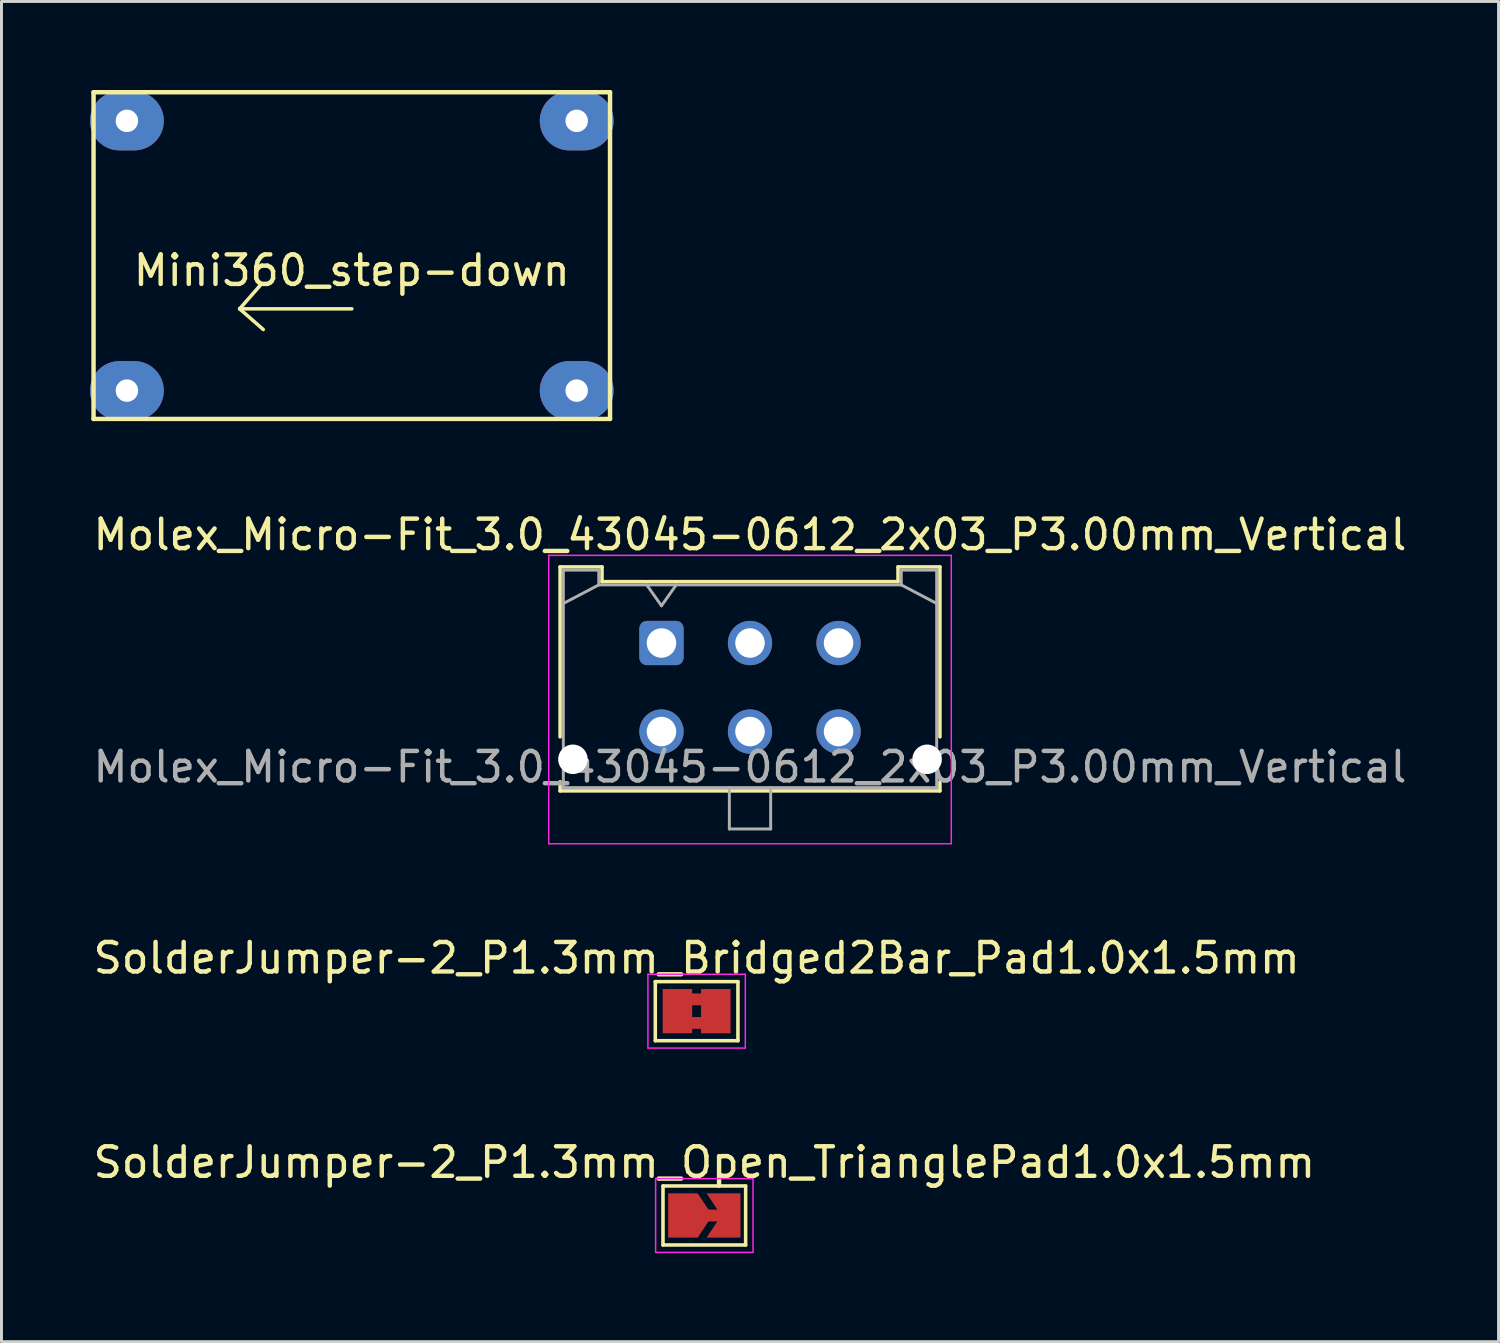
<source format=kicad_pcb>
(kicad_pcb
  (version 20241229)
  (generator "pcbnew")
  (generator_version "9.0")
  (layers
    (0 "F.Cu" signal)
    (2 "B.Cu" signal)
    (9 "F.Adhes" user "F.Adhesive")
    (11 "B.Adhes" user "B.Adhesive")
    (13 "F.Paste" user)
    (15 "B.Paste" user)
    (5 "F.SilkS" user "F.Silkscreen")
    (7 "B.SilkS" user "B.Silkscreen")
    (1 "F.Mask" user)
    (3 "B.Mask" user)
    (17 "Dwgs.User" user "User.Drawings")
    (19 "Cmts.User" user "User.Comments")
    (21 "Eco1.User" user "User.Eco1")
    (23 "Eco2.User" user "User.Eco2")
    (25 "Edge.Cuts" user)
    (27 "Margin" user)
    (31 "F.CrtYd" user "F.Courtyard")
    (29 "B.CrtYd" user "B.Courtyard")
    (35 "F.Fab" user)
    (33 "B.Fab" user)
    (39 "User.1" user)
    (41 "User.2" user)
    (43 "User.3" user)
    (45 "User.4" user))
  (footprint "SolderJumper-2_P1.3mm_Bridged2Bar_Pad1.0x1.5mm"
    (layer "F.Cu")
    (at 20.554 31.212)
    (property "Reference" "SolderJumper-2_P1.3mm_Bridged2Bar_Pad1.0x1.5mm" (at 0 -1.8 0) (layer "F.SilkS") (effects (font (size 1 1) (thickness 0.15))))
    (attr exclude_from_pos_files exclude_from_bom)
    (fp_poly (pts (xy -0.3 -0.6) (xy 0.2 -0.6) (xy 0.2 -0.2) (xy -0.3 -0.2)) (stroke (width 0) (type solid)) (fill yes) (layer "F.Cu"))
    (fp_poly (pts (xy -0.2 0.2) (xy 0.3 0.2) (xy 0.3 0.6) (xy -0.2 0.6)) (stroke (width 0) (type solid)) (fill yes) (layer "F.Cu"))
    (fp_poly (pts (xy -0.3 -0.6) (xy 0.2 -0.6) (xy 0.2 -0.2) (xy -0.3 -0.2)) (stroke (width 0) (type solid)) (fill yes) (layer "F.Mask"))
    (fp_poly (pts (xy -0.2 0.2) (xy 0.3 0.2) (xy 0.3 0.6) (xy -0.2 0.6)) (stroke (width 0) (type solid)) (fill yes) (layer "F.Mask"))
    (fp_line (start -1.4 -1) (end 1.4 -1) (stroke (width 0.12) (type solid)) (layer "F.SilkS"))
    (fp_line (start -1.4 1) (end -1.4 -1) (stroke (width 0.12) (type solid)) (layer "F.SilkS"))
    (fp_line (start 1.4 -1) (end 1.4 1) (stroke (width 0.12) (type solid)) (layer "F.SilkS"))
    (fp_line (start 1.4 1) (end -1.4 1) (stroke (width 0.12) (type solid)) (layer "F.SilkS"))
    (fp_line (start -1.65 -1.25) (end -1.65 1.25) (stroke (width 0.05) (type solid)) (layer "F.CrtYd"))
    (fp_line (start -1.65 -1.25) (end 1.65 -1.25) (stroke (width 0.05) (type solid)) (layer "F.CrtYd"))
    (fp_line (start 1.65 1.25) (end -1.65 1.25) (stroke (width 0.05) (type solid)) (layer "F.CrtYd"))
    (fp_line (start 1.65 1.25) (end 1.65 -1.25) (stroke (width 0.05) (type solid)) (layer "F.CrtYd"))
    (pad "1" smd rect (at -0.65 0) (size 1 1.5) (layers "F.Cu" "F.Mask"))
    (pad "2" smd rect (at 0.65 0) (size 1 1.5) (layers "F.Cu" "F.Mask")))
  (footprint "Mini360_step-down"
    (layer "F.Cu")
    (at 8.87 5.615)
    (property "Reference" "Mini360_step-down" (at 0 0.5 0) (layer "F.SilkS") (effects (font (size 1 1) (thickness 0.15))))
    (attr through_hole)
    (fp_line (start -8.75 -5.54) (end -8.75 5.53) (stroke (width 0.15) (type solid)) (layer "F.SilkS"))
    (fp_line (start -8.75 -5.54) (end 8.75 -5.54) (stroke (width 0.15) (type solid)) (layer "F.SilkS"))
    (fp_line (start -3.8 1.8) (end -3 2.5) (stroke (width 0.12) (type solid)) (layer "F.SilkS"))
    (fp_line (start -3.8 1.8) (end 0 1.8) (stroke (width 0.12) (type solid)) (layer "F.SilkS"))
    (fp_line (start -3.1 1) (end -3.8 1.8) (stroke (width 0.12) (type solid)) (layer "F.SilkS"))
    (fp_line (start 8.75 5.53) (end -8.75 5.53) (stroke (width 0.15) (type solid)) (layer "F.SilkS"))
    (fp_line (start 8.75 5.53) (end 8.75 -5.54) (stroke (width 0.15) (type solid)) (layer "F.SilkS"))
    (pad "1" thru_hole oval (at -7.62 -4.57) (size 2.5 2) (drill 0.762) (layers "*.Cu" "*.Mask"))
    (pad "2" thru_hole oval (at -7.62 4.57) (size 2.5 2) (drill 0.762) (layers "*.Cu" "*.Mask"))
    (pad "3" thru_hole oval (at 7.62 -4.57) (size 2.5 2) (drill 0.762) (layers "*.Cu" "*.Mask"))
    (pad "4" thru_hole oval (at 7.62 4.57) (size 2.5 2) (drill 0.762) (layers "*.Cu" "*.Mask")))
  (footprint "Molex_Micro-Fit_3.0_43045-0612_2x03_P3.00mm_Vertical"
    (layer "F.Cu")
    (at 19.363 18.738)
    (property "Reference" "Molex_Micro-Fit_3.0_43045-0612_2x03_P3.00mm_Vertical" (at 3 -3.67 0) (layer "F.SilkS") (effects (font (size 1 1) (thickness 0.15))))
    (attr through_hole)
    (fp_line (start -3.435 -2.58) (end -2.015 -2.58) (stroke (width 0.12) (type solid)) (layer "F.SilkS"))
    (fp_line (start -3.435 3.18) (end -3.435 -2.58) (stroke (width 0.12) (type solid)) (layer "F.SilkS"))
    (fp_line (start -3.435 4.7) (end -3.435 5.01) (stroke (width 0.12) (type solid)) (layer "F.SilkS"))
    (fp_line (start -3.435 5.01) (end 9.435 5.01) (stroke (width 0.12) (type solid)) (layer "F.SilkS"))
    (fp_line (start -2.015 -2.58) (end -2.015 -2.08) (stroke (width 0.12) (type solid)) (layer "F.SilkS"))
    (fp_line (start -2.015 -2.08) (end 8.015 -2.08) (stroke (width 0.12) (type solid)) (layer "F.SilkS"))
    (fp_line (start 8.015 -2.58) (end 9.435 -2.58) (stroke (width 0.12) (type solid)) (layer "F.SilkS"))
    (fp_line (start 8.015 -2.08) (end 8.015 -2.58) (stroke (width 0.12) (type solid)) (layer "F.SilkS"))
    (fp_line (start 9.435 -2.58) (end 9.435 3.18) (stroke (width 0.12) (type solid)) (layer "F.SilkS"))
    (fp_line (start 9.435 5.01) (end 9.435 4.7) (stroke (width 0.12) (type solid)) (layer "F.SilkS"))
    (fp_line (start -3.82 -2.97) (end 9.82 -2.97) (stroke (width 0.05) (type solid)) (layer "F.CrtYd"))
    (fp_line (start -3.82 6.8) (end -3.82 -2.97) (stroke (width 0.05) (type solid)) (layer "F.CrtYd"))
    (fp_line (start 9.82 -2.97) (end 9.82 6.8) (stroke (width 0.05) (type solid)) (layer "F.CrtYd"))
    (fp_line (start 9.82 6.8) (end -3.82 6.8) (stroke (width 0.05) (type solid)) (layer "F.CrtYd"))
    (fp_line (start -3.325 -2.47) (end -3.325 4.9) (stroke (width 0.1) (type solid)) (layer "F.Fab"))
    (fp_line (start -3.325 -1.34) (end -2.125 -1.97) (stroke (width 0.1) (type solid)) (layer "F.Fab"))
    (fp_line (start -3.325 4.9) (end 9.325 4.9) (stroke (width 0.1) (type solid)) (layer "F.Fab"))
    (fp_line (start -2.125 -2.47) (end -3.325 -2.47) (stroke (width 0.1) (type solid)) (layer "F.Fab"))
    (fp_line (start -2.125 -1.97) (end -2.125 -2.47) (stroke (width 0.1) (type solid)) (layer "F.Fab"))
    (fp_line (start -0.5 -1.97) (end 0 -1.263) (stroke (width 0.1) (type solid)) (layer "F.Fab"))
    (fp_line (start 0 -1.263) (end 0.5 -1.97) (stroke (width 0.1) (type solid)) (layer "F.Fab"))
    (fp_line (start 2.3 4.9) (end 2.3 6.3) (stroke (width 0.1) (type solid)) (layer "F.Fab"))
    (fp_line (start 2.3 6.3) (end 3.7 6.3) (stroke (width 0.1) (type solid)) (layer "F.Fab"))
    (fp_line (start 3.7 6.3) (end 3.7 4.9) (stroke (width 0.1) (type solid)) (layer "F.Fab"))
    (fp_line (start 8.125 -2.47) (end 8.125 -1.97) (stroke (width 0.1) (type solid)) (layer "F.Fab"))
    (fp_line (start 8.125 -1.97) (end -2.125 -1.97) (stroke (width 0.1) (type solid)) (layer "F.Fab"))
    (fp_line (start 9.325 -2.47) (end 8.125 -2.47) (stroke (width 0.1) (type solid)) (layer "F.Fab"))
    (fp_line (start 9.325 -1.34) (end 8.125 -1.97) (stroke (width 0.1) (type solid)) (layer "F.Fab"))
    (fp_line (start 9.325 4.9) (end 9.325 -2.47) (stroke (width 0.1) (type solid)) (layer "F.Fab"))
    (fp_text user "${REFERENCE}" (at 3 4.2 0) (layer "F.Fab") (effects (font (size 1 1) (thickness 0.15))))
    (pad "" np_thru_hole circle (at -3 3.94) (size 1 1) (drill 1) (layers "*.Cu" "*.Mask"))
    (pad "" np_thru_hole circle (at 9 3.94) (size 1 1) (drill 1) (layers "*.Cu" "*.Mask"))
    (pad "1" thru_hole roundrect (at 0 0) (size 1.5 1.5) (drill 1) (layers "*.Cu" "*.Mask") (roundrect_rratio 0.167))
    (pad "2" thru_hole circle (at 3 0) (size 1.5 1.5) (drill 1) (layers "*.Cu" "*.Mask"))
    (pad "3" thru_hole circle (at 6 0) (size 1.5 1.5) (drill 1) (layers "*.Cu" "*.Mask"))
    (pad "4" thru_hole circle (at 0 3) (size 1.5 1.5) (drill 1) (layers "*.Cu" "*.Mask"))
    (pad "5" thru_hole circle (at 3 3) (size 1.5 1.5) (drill 1) (layers "*.Cu" "*.Mask"))
    (pad "6" thru_hole circle (at 6 3) (size 1.5 1.5) (drill 1) (layers "*.Cu" "*.Mask")))
  (footprint "SolderJumper-2_P1.3mm_Open_TrianglePad1.0x1.5mm"
    (layer "F.Cu")
    (at 20.815 38.135)
    (property "Reference" "SolderJumper-2_P1.3mm_Open_TrianglePad1.0x1.5mm" (at 0 -1.8 0) (layer "F.SilkS") (effects (font (size 1 1) (thickness 0.15))))
    (attr exclude_from_pos_files exclude_from_bom)
    (fp_poly (pts (xy 0.1 -0.2) (xy 0.6 -0.2) (xy 0.6 0.2) (xy 0.1 0.2)) (stroke (width 0) (type solid)) (fill yes) (layer "F.Cu"))
    (fp_poly (pts (xy 0.1 -0.2) (xy 0.6 -0.2) (xy 0.6 0.2) (xy 0.1 0.2)) (stroke (width 0) (type solid)) (fill yes) (layer "F.Mask"))
    (fp_line (start -1.4 -1) (end 1.4 -1) (stroke (width 0.12) (type solid)) (layer "F.SilkS"))
    (fp_line (start -1.4 1) (end -1.4 -1) (stroke (width 0.12) (type solid)) (layer "F.SilkS"))
    (fp_line (start 1.4 -1) (end 1.4 1) (stroke (width 0.12) (type solid)) (layer "F.SilkS"))
    (fp_line (start 1.4 1) (end -1.4 1) (stroke (width 0.12) (type solid)) (layer "F.SilkS"))
    (fp_line (start -1.65 -1.25) (end -1.65 1.25) (stroke (width 0.05) (type solid)) (layer "F.CrtYd"))
    (fp_line (start -1.65 -1.25) (end 1.65 -1.25) (stroke (width 0.05) (type solid)) (layer "F.CrtYd"))
    (fp_line (start 1.65 1.25) (end -1.65 1.25) (stroke (width 0.05) (type solid)) (layer "F.CrtYd"))
    (fp_line (start 1.65 1.25) (end 1.65 -1.25) (stroke (width 0.05) (type solid)) (layer "F.CrtYd"))
    (pad "1" smd custom (at -0.725 0) (size 0.3 0.3) (layers "F.Cu" "F.Mask") (options (anchor rect)) (primitives (gr_poly (pts (xy 1 0) (xy 0.5 0.75) (xy -0.5 0.75) (xy -0.5 -0.75) (xy 0.5 -0.75)) (width 0) (fill yes))))
    (pad "2" smd custom (at 0.725 0) (size 0.3 0.3) (layers "F.Cu" "F.Mask") (options (anchor rect)) (primitives (gr_poly (pts (xy 0.5 0.75) (xy -0.65 0.75) (xy -0.15 0) (xy -0.65 -0.75) (xy 0.5 -0.75)) (width 0) (fill yes)))))
  (gr_rect
    (start -3 -3)
    (end 47.726 42.41)
    (stroke (width 0.1) (type default))
    (fill no)
    (layer "Edge.Cuts")))
</source>
